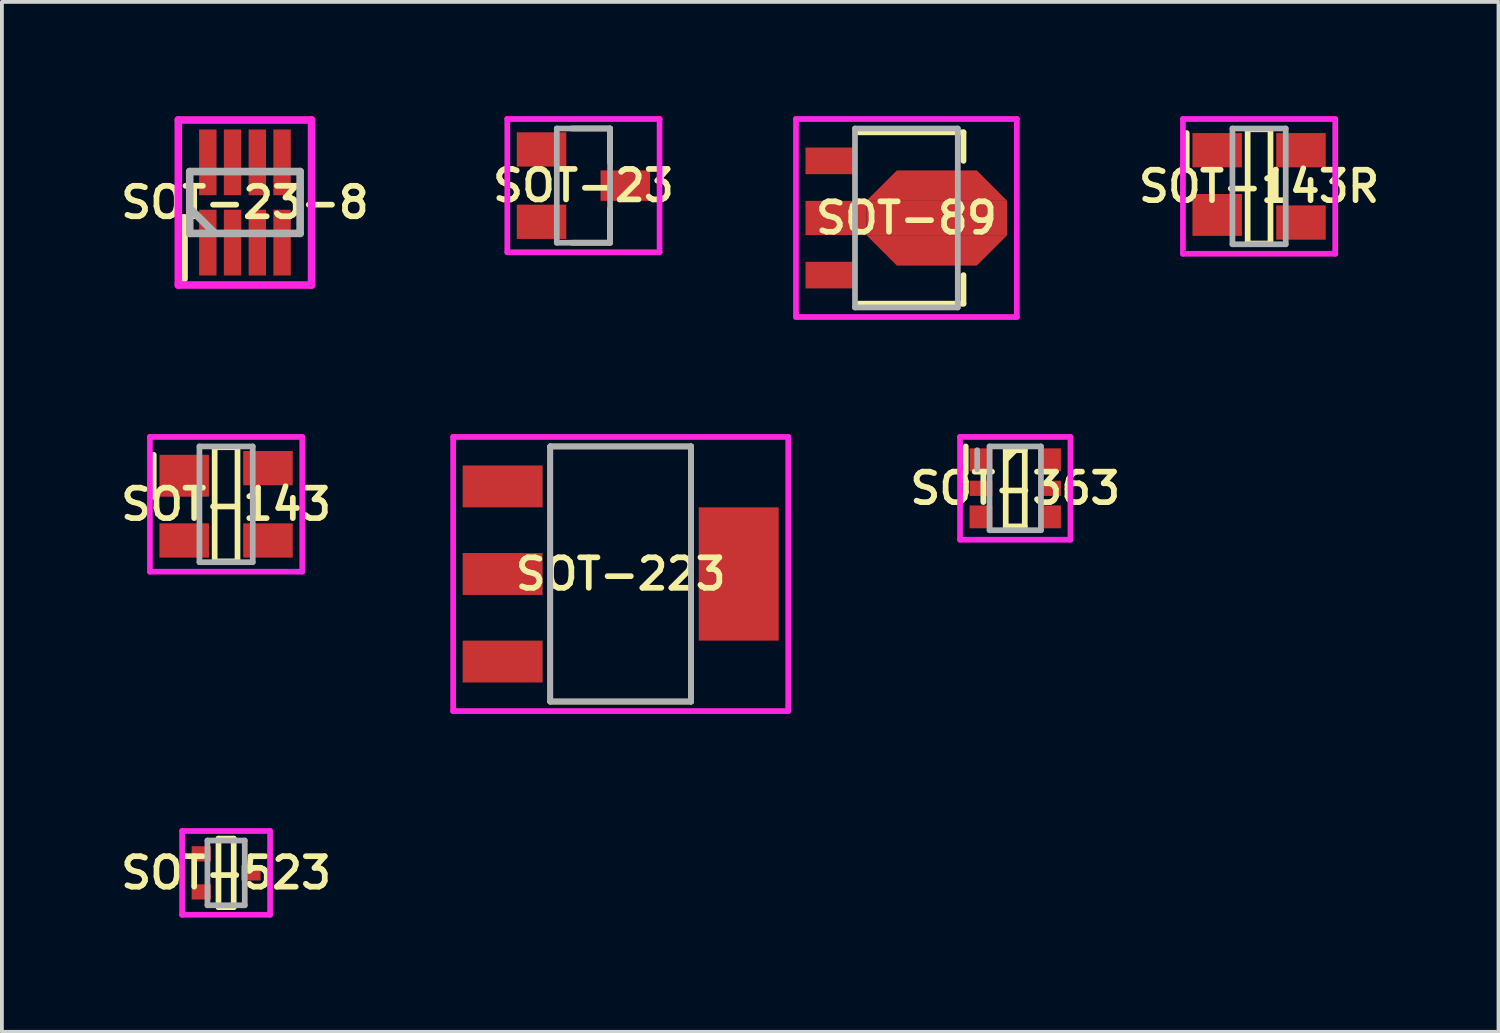
<source format=kicad_pcb>
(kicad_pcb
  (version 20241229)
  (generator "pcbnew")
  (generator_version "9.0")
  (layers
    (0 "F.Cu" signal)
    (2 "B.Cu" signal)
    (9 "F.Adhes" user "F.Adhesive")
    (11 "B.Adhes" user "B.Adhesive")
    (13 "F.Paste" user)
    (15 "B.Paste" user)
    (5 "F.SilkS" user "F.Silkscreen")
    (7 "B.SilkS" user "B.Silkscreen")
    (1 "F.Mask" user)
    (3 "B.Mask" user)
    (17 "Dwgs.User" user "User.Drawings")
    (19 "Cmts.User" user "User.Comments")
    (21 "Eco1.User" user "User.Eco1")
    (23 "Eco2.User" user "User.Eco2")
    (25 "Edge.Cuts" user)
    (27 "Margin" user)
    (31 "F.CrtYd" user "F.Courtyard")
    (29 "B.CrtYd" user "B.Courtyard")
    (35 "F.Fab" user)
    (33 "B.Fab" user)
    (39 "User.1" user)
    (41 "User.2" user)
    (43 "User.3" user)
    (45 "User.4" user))
  (footprint "SOT-143R"
    (layer "F.Cu")
    (at 30.018 1.845)
    (property "Reference" "SOT-143R" (at 0 0 0) (layer "F.SilkS") (effects (font (size 0.8 0.8) (thickness 0.15))))
    (attr through_hole)
    (fp_line (start -1.9 -1.4) (end -1.9 -0.5) (stroke (width 0.15) (type solid)) (layer "F.SilkS"))
    (fp_line (start -0.3 -1.5) (end -0.3 1.5) (stroke (width 0.15) (type solid)) (layer "F.SilkS"))
    (fp_line (start -0.3 1.5) (end 0.3 1.5) (stroke (width 0.15) (type solid)) (layer "F.SilkS"))
    (fp_line (start 0.3 -1.5) (end -0.3 -1.5) (stroke (width 0.15) (type solid)) (layer "F.SilkS"))
    (fp_line (start 0.3 1.5) (end 0.3 -1.5) (stroke (width 0.15) (type solid)) (layer "F.SilkS"))
    (fp_line (start -2 -1.77) (end 2 -1.77) (stroke (width 0.15) (type solid)) (layer "F.CrtYd"))
    (fp_line (start -2 1.77) (end -2 -1.77) (stroke (width 0.15) (type solid)) (layer "F.CrtYd"))
    (fp_line (start 2 -1.77) (end 2 1.77) (stroke (width 0.15) (type solid)) (layer "F.CrtYd"))
    (fp_line (start 2 1.77) (end -2 1.77) (stroke (width 0.15) (type solid)) (layer "F.CrtYd"))
    (fp_line (start -0.7 -1.52) (end 0.7 -1.52) (stroke (width 0.15) (type solid)) (layer "F.Fab"))
    (fp_line (start -0.7 1.52) (end -0.7 -1.52) (stroke (width 0.15) (type solid)) (layer "F.Fab"))
    (fp_line (start 0.7 -1.52) (end 0.7 1.52) (stroke (width 0.15) (type solid)) (layer "F.Fab"))
    (fp_line (start 0.7 1.52) (end -0.7 1.52) (stroke (width 0.15) (type solid)) (layer "F.Fab"))
    (pad "1" smd rect (at -1.1 -0.95) (size 1.3 0.9) (layers "F.Cu" "F.Mask" "F.Paste"))
    (pad "2" smd rect (at -1.1 0.75) (size 1.3 1.1) (layers "F.Cu" "F.Mask" "F.Paste"))
    (pad "3" smd rect (at 1.1 0.95 180) (size 1.3 0.9) (layers "F.Cu" "F.Mask" "F.Paste"))
    (pad "4" smd rect (at 1.1 -0.95 180) (size 1.3 0.9) (layers "F.Cu" "F.Mask" "F.Paste")))
  (footprint "SOT-523"
    (layer "F.Cu")
    (at 2.888 19.875)
    (property "Reference" "SOT-523" (at 0 0 0) (layer "F.SilkS") (effects (font (size 0.8 0.8) (thickness 0.15))))
    (attr through_hole)
    (fp_line (start -0.2 -0.9) (end -0.2 0.9) (stroke (width 0.15) (type solid)) (layer "F.SilkS"))
    (fp_line (start -0.2 0.9) (end 0.2 0.9) (stroke (width 0.15) (type solid)) (layer "F.SilkS"))
    (fp_line (start 0.2 -0.9) (end -0.2 -0.9) (stroke (width 0.15) (type solid)) (layer "F.SilkS"))
    (fp_line (start 0.2 0.9) (end 0.2 -0.9) (stroke (width 0.15) (type solid)) (layer "F.SilkS"))
    (fp_line (start -1.155 -1.1) (end 1.155 -1.1) (stroke (width 0.15) (type solid)) (layer "F.CrtYd"))
    (fp_line (start -1.155 1.1) (end -1.155 -1.1) (stroke (width 0.15) (type solid)) (layer "F.CrtYd"))
    (fp_line (start 1.155 -1.1) (end 1.155 1.1) (stroke (width 0.15) (type solid)) (layer "F.CrtYd"))
    (fp_line (start 1.155 1.1) (end -1.155 1.1) (stroke (width 0.15) (type solid)) (layer "F.CrtYd"))
    (fp_line (start -0.49 -0.85) (end 0.49 -0.85) (stroke (width 0.15) (type solid)) (layer "F.Fab"))
    (fp_line (start -0.49 0.85) (end -0.49 -0.85) (stroke (width 0.15) (type solid)) (layer "F.Fab"))
    (fp_line (start 0.49 -0.85) (end 0.49 0.85) (stroke (width 0.15) (type solid)) (layer "F.Fab"))
    (fp_line (start 0.49 0.85) (end -0.49 0.85) (stroke (width 0.15) (type solid)) (layer "F.Fab"))
    (pad "1" smd rect (at -0.65 -0.5 180) (size 0.51 0.4) (layers "F.Cu" "F.Mask" "F.Paste"))
    (pad "2" smd rect (at -0.65 0.5 180) (size 0.51 0.4) (layers "F.Cu" "F.Mask" "F.Paste"))
    (pad "3" smd rect (at 0.65 0 180) (size 0.51 0.4) (layers "F.Cu" "F.Mask" "F.Paste")))
  (footprint "SOT-363"
    (layer "F.Cu")
    (at 23.614 9.775)
    (property "Reference" "SOT-363" (at 0 0 0) (layer "F.SilkS") (effects (font (size 0.8 0.8) (thickness 0.15))))
    (attr through_hole)
    (fp_line (start -1.3 -1.1) (end -1.3 -0.4) (stroke (width 0.15) (type solid)) (layer "F.SilkS"))
    (fp_line (start -0.25 -1) (end -0.25 1) (stroke (width 0.15) (type solid)) (layer "F.SilkS"))
    (fp_line (start -0.25 1) (end 0.25 1) (stroke (width 0.15) (type solid)) (layer "F.SilkS"))
    (fp_line (start 0 -1) (end -0.25 -0.75) (stroke (width 0.15) (type solid)) (layer "F.SilkS"))
    (fp_line (start 0.25 -1) (end -0.25 -1) (stroke (width 0.15) (type solid)) (layer "F.SilkS"))
    (fp_line (start 0.25 1) (end 0.25 -1) (stroke (width 0.15) (type solid)) (layer "F.SilkS"))
    (fp_line (start -1.45 -1.35) (end 1.45 -1.35) (stroke (width 0.15) (type solid)) (layer "F.CrtYd"))
    (fp_line (start -1.45 1.35) (end -1.45 -1.35) (stroke (width 0.15) (type solid)) (layer "F.CrtYd"))
    (fp_line (start 1.45 -1.35) (end 1.45 1.35) (stroke (width 0.15) (type solid)) (layer "F.CrtYd"))
    (fp_line (start 1.45 1.35) (end -1.45 1.35) (stroke (width 0.15) (type solid)) (layer "F.CrtYd"))
    (fp_line (start -1 -1) (end -1 -0.5) (stroke (width 0.15) (type solid)) (layer "F.Fab"))
    (fp_line (start -0.675 -1.1) (end 0.675 -1.1) (stroke (width 0.15) (type solid)) (layer "F.Fab"))
    (fp_line (start -0.675 1.1) (end -0.675 -1.1) (stroke (width 0.15) (type solid)) (layer "F.Fab"))
    (fp_line (start 0.675 -1.1) (end 0.675 1.1) (stroke (width 0.15) (type solid)) (layer "F.Fab"))
    (fp_line (start 0.675 1.1) (end -0.675 1.1) (stroke (width 0.15) (type solid)) (layer "F.Fab"))
    (pad "1" smd rect (at -0.9 -0.75) (size 0.6 0.6) (layers "F.Cu" "F.Mask" "F.Paste"))
    (pad "2" smd rect (at -0.9 0) (size 0.6 0.4) (layers "F.Cu" "F.Mask" "F.Paste"))
    (pad "3" smd rect (at -0.9 0.75) (size 0.6 0.6) (layers "F.Cu" "F.Mask" "F.Paste"))
    (pad "4" smd rect (at 0.9 0.75) (size 0.6 0.6) (layers "F.Cu" "F.Mask" "F.Paste"))
    (pad "5" smd rect (at 0.9 0) (size 0.6 0.4) (layers "F.Cu" "F.Mask" "F.Paste"))
    (pad "6" smd rect (at 0.9 -0.75) (size 0.6 0.6) (layers "F.Cu" "F.Mask" "F.Paste")))
  (footprint "SOT-23-8"
    (layer "F.Cu")
    (at 3.383 2.268)
    (property "Reference" "SOT-23-8" (at 0 0 0) (layer "F.SilkS") (effects (font (size 0.8 0.8) (thickness 0.15))))
    (attr through_hole)
    (fp_line (start -1.6 0.4) (end -1.6 2) (stroke (width 0.2) (type solid)) (layer "F.SilkS"))
    (fp_line (start -1.75 -2.167) (end 1.75 -2.167) (stroke (width 0.2) (type solid)) (layer "F.CrtYd"))
    (fp_line (start -1.75 2.167) (end -1.75 -2.167) (stroke (width 0.2) (type solid)) (layer "F.CrtYd"))
    (fp_line (start 1.75 -2.167) (end 1.75 2.167) (stroke (width 0.2) (type solid)) (layer "F.CrtYd"))
    (fp_line (start 1.75 2.167) (end -1.75 2.167) (stroke (width 0.2) (type solid)) (layer "F.CrtYd"))
    (fp_line (start -1.45 -0.812) (end 1.45 -0.812) (stroke (width 0.2) (type solid)) (layer "F.Fab"))
    (fp_line (start -1.45 0.812) (end -1.45 -0.812) (stroke (width 0.2) (type solid)) (layer "F.Fab"))
    (fp_line (start -1.4 0.2) (end -0.8 0.8) (stroke (width 0.2) (type solid)) (layer "F.Fab"))
    (fp_line (start 1.45 -0.812) (end 1.45 0.812) (stroke (width 0.2) (type solid)) (layer "F.Fab"))
    (fp_line (start 1.45 0.812) (end -1.45 0.812) (stroke (width 0.2) (type solid)) (layer "F.Fab"))
    (pad "1" smd rect (at -0.975 1.054) (size 0.457 1.727) (layers "F.Cu" "F.Mask" "F.Paste"))
    (pad "2" smd rect (at -0.325 1.054) (size 0.457 1.727) (layers "F.Cu" "F.Mask" "F.Paste"))
    (pad "3" smd rect (at 0.325 1.054) (size 0.457 1.727) (layers "F.Cu" "F.Mask" "F.Paste"))
    (pad "4" smd rect (at 0.975 1.054) (size 0.457 1.727) (layers "F.Cu" "F.Mask" "F.Paste"))
    (pad "5" smd rect (at 0.975 -1.054) (size 0.457 1.727) (layers "F.Cu" "F.Mask" "F.Paste"))
    (pad "6" smd rect (at 0.325 -1.054) (size 0.457 1.727) (layers "F.Cu" "F.Mask" "F.Paste"))
    (pad "7" smd rect (at -0.325 -1.054) (size 0.457 1.727) (layers "F.Cu" "F.Mask" "F.Paste"))
    (pad "8" smd rect (at -0.975 -1.054) (size 0.457 1.727) (layers "F.Cu" "F.Mask" "F.Paste")))
  (footprint "SOT-89"
    (layer "F.Cu")
    (at 20.755 2.675)
    (property "Reference" "SOT-89" (at 0 0 0) (layer "F.SilkS") (effects (font (size 0.8 0.8) (thickness 0.15))))
    (attr through_hole)
    (fp_line (start -1.25 -2.25) (end 1.5 -2.25) (stroke (width 0.15) (type solid)) (layer "F.SilkS"))
    (fp_line (start -1.25 2.25) (end 1.5 2.25) (stroke (width 0.15) (type solid)) (layer "F.SilkS"))
    (fp_line (start 1.5 -2.25) (end 1.5 -1.5) (stroke (width 0.15) (type solid)) (layer "F.SilkS"))
    (fp_line (start 1.5 2.25) (end 1.5 1.5) (stroke (width 0.15) (type solid)) (layer "F.SilkS"))
    (fp_line (start -2.9 -2.6) (end 2.9 -2.6) (stroke (width 0.15) (type solid)) (layer "F.CrtYd"))
    (fp_line (start -2.9 2.6) (end -2.9 -2.6) (stroke (width 0.15) (type solid)) (layer "F.CrtYd"))
    (fp_line (start 2.9 -2.6) (end 2.9 2.6) (stroke (width 0.15) (type solid)) (layer "F.CrtYd"))
    (fp_line (start 2.9 2.6) (end -2.9 2.6) (stroke (width 0.15) (type solid)) (layer "F.CrtYd"))
    (fp_line (start -1.35 -2.35) (end 1.35 -2.35) (stroke (width 0.15) (type solid)) (layer "F.Fab"))
    (fp_line (start -1.35 2.35) (end -1.35 -2.35) (stroke (width 0.15) (type solid)) (layer "F.Fab"))
    (fp_line (start 1.35 -2.35) (end 1.35 2.35) (stroke (width 0.15) (type solid)) (layer "F.Fab"))
    (fp_line (start 1.35 2.35) (end -1.35 2.35) (stroke (width 0.15) (type solid)) (layer "F.Fab"))
    (pad "1" smd rect (at -2 -1.5) (size 1.3 0.7) (layers "F.Cu" "F.Mask" "F.Paste"))
    (pad "2" smd rect (at -1.85 0) (size 1.6 0.9) (layers "F.Cu" "F.Mask" "F.Paste"))
    (pad "3" smd rect (at -2 1.5) (size 1.3 0.7) (layers "F.Cu" "F.Mask" "F.Paste"))
    (pad "4" smd trapezoid (at 0.8 -0.85) (size 2.9 0.8) (rect_delta 0 0.8) (layers "F.Cu" "F.Mask" "F.Paste"))
    (pad "4" smd rect (at 0.8 0) (size 3.7 0.9) (layers "F.Cu" "F.Mask" "F.Paste"))
    (pad "4" smd trapezoid (at 0.8 0.85 180) (size 2.9 0.8) (rect_delta 0 0.8) (layers "F.Cu" "F.Mask" "F.Paste")))
  (footprint "SOT-23"
    (layer "F.Cu")
    (at 12.273 1.825)
    (property "Reference" "SOT-23" (at 0 0 0) (layer "F.SilkS") (effects (font (size 0.8 0.8) (thickness 0.15))))
    (attr through_hole)
    (fp_line (start -0.3 -1.5) (end 0.7 -1.5) (stroke (width 0.15) (type solid)) (layer "F.SilkS"))
    (fp_line (start 0.7 -1.5) (end 0.7 -0.6) (stroke (width 0.15) (type solid)) (layer "F.SilkS"))
    (fp_line (start 0.7 0.6) (end 0.7 1.5) (stroke (width 0.15) (type solid)) (layer "F.SilkS"))
    (fp_line (start 0.7 1.5) (end -0.3 1.5) (stroke (width 0.15) (type solid)) (layer "F.SilkS"))
    (fp_line (start -2 -1.75) (end 2 -1.75) (stroke (width 0.15) (type solid)) (layer "F.CrtYd"))
    (fp_line (start -2 1.75) (end -2 -1.75) (stroke (width 0.15) (type solid)) (layer "F.CrtYd"))
    (fp_line (start 2 -1.75) (end 2 1.75) (stroke (width 0.15) (type solid)) (layer "F.CrtYd"))
    (fp_line (start 2 1.75) (end -2 1.75) (stroke (width 0.15) (type solid)) (layer "F.CrtYd"))
    (fp_line (start -0.7 -1.5) (end 0.7 -1.5) (stroke (width 0.15) (type solid)) (layer "F.Fab"))
    (fp_line (start -0.7 1.5) (end -0.7 -1.5) (stroke (width 0.15) (type solid)) (layer "F.Fab"))
    (fp_line (start 0.7 -1.5) (end 0.7 1.5) (stroke (width 0.15) (type solid)) (layer "F.Fab"))
    (fp_line (start 0.7 1.5) (end -0.7 1.5) (stroke (width 0.15) (type solid)) (layer "F.Fab"))
    (pad "1" smd rect (at -1.1 -0.95) (size 1.3 0.9) (layers "F.Cu" "F.Mask" "F.Paste"))
    (pad "2" smd rect (at -1.1 0.95) (size 1.3 0.9) (layers "F.Cu" "F.Mask" "F.Paste"))
    (pad "3" smd rect (at 1.1 0) (size 1.3 0.8) (layers "F.Cu" "F.Mask" "F.Paste")))
  (footprint "SOT-223"
    (layer "F.Cu")
    (at 13.251 12.025)
    (property "Reference" "SOT-223" (at 0 0 0) (layer "F.SilkS") (effects (font (size 0.8 0.8) (thickness 0.15))))
    (attr through_hole)
    (fp_line (start -1.85 -3.35) (end 1.85 -3.35) (stroke (width 0.15) (type solid)) (layer "F.SilkS"))
    (fp_line (start -1.85 3.35) (end -1.85 -3.35) (stroke (width 0.15) (type solid)) (layer "F.SilkS"))
    (fp_line (start 1.85 -3.35) (end 1.85 3.35) (stroke (width 0.15) (type solid)) (layer "F.SilkS"))
    (fp_line (start 1.85 3.35) (end -1.85 3.35) (stroke (width 0.15) (type solid)) (layer "F.SilkS"))
    (fp_line (start -4.4 -3.6) (end 4.4 -3.6) (stroke (width 0.15) (type solid)) (layer "F.CrtYd"))
    (fp_line (start -4.4 3.6) (end -4.4 -3.6) (stroke (width 0.15) (type solid)) (layer "F.CrtYd"))
    (fp_line (start 4.4 -3.6) (end 4.4 3.6) (stroke (width 0.15) (type solid)) (layer "F.CrtYd"))
    (fp_line (start 4.4 3.6) (end -4.4 3.6) (stroke (width 0.15) (type solid)) (layer "F.CrtYd"))
    (fp_line (start -1.85 -3.35) (end 1.85 -3.35) (stroke (width 0.15) (type solid)) (layer "F.Fab"))
    (fp_line (start -1.85 3.35) (end -1.85 -3.35) (stroke (width 0.15) (type solid)) (layer "F.Fab"))
    (fp_line (start 1.85 -3.35) (end 1.85 3.35) (stroke (width 0.15) (type solid)) (layer "F.Fab"))
    (fp_line (start 1.85 3.35) (end -1.85 3.35) (stroke (width 0.15) (type solid)) (layer "F.Fab"))
    (pad "1" smd rect (at -3.1 -2.3 180) (size 2.1 1.1) (layers "F.Cu" "F.Mask" "F.Paste"))
    (pad "2" smd rect (at -3.1 0 180) (size 2.1 1.1) (layers "F.Cu" "F.Mask" "F.Paste"))
    (pad "3" smd rect (at -3.1 2.3 180) (size 2.1 1.1) (layers "F.Cu" "F.Mask" "F.Paste"))
    (pad "4" smd rect (at 3.1 0 180) (size 2.1 3.5) (layers "F.Cu" "F.Mask" "F.Paste")))
  (footprint "SOT-143"
    (layer "F.Cu")
    (at 2.888 10.195)
    (property "Reference" "SOT-143" (at 0 0 0) (layer "F.SilkS") (effects (font (size 0.8 0.8) (thickness 0.15))))
    (attr through_hole)
    (fp_line (start -1.9 -1.3) (end -1.9 -0.2) (stroke (width 0.15) (type solid)) (layer "F.SilkS"))
    (fp_line (start -0.3 -1.5) (end -0.3 1.5) (stroke (width 0.15) (type solid)) (layer "F.SilkS"))
    (fp_line (start -0.3 1.5) (end 0.3 1.5) (stroke (width 0.15) (type solid)) (layer "F.SilkS"))
    (fp_line (start 0.3 -1.5) (end -0.3 -1.5) (stroke (width 0.15) (type solid)) (layer "F.SilkS"))
    (fp_line (start 0.3 1.5) (end 0.3 -1.5) (stroke (width 0.15) (type solid)) (layer "F.SilkS"))
    (fp_line (start -2 -1.77) (end 2 -1.77) (stroke (width 0.15) (type solid)) (layer "F.CrtYd"))
    (fp_line (start -2 1.77) (end -2 -1.77) (stroke (width 0.15) (type solid)) (layer "F.CrtYd"))
    (fp_line (start 2 -1.77) (end 2 1.77) (stroke (width 0.15) (type solid)) (layer "F.CrtYd"))
    (fp_line (start 2 1.77) (end -2 1.77) (stroke (width 0.15) (type solid)) (layer "F.CrtYd"))
    (fp_line (start -0.7 -1.52) (end 0.7 -1.52) (stroke (width 0.15) (type solid)) (layer "F.Fab"))
    (fp_line (start -0.7 1.52) (end -0.7 -1.52) (stroke (width 0.15) (type solid)) (layer "F.Fab"))
    (fp_line (start 0.7 -1.52) (end 0.7 1.52) (stroke (width 0.15) (type solid)) (layer "F.Fab"))
    (fp_line (start 0.7 1.52) (end -0.7 1.52) (stroke (width 0.15) (type solid)) (layer "F.Fab"))
    (pad "1" smd rect (at -1.1 -0.75 180) (size 1.3 1.1) (layers "F.Cu" "F.Mask" "F.Paste"))
    (pad "2" smd rect (at -1.1 0.95 180) (size 1.3 0.9) (layers "F.Cu" "F.Mask" "F.Paste"))
    (pad "3" smd rect (at 1.1 0.95 180) (size 1.3 0.9) (layers "F.Cu" "F.Mask" "F.Paste"))
    (pad "4" smd rect (at 1.1 -0.95 180) (size 1.3 0.9) (layers "F.Cu" "F.Mask" "F.Paste")))
  (gr_rect
    (start -3 -3)
    (end 36.306 24.05)
    (stroke (width 0.1) (type default))
    (fill no)
    (layer "Edge.Cuts")))
</source>
